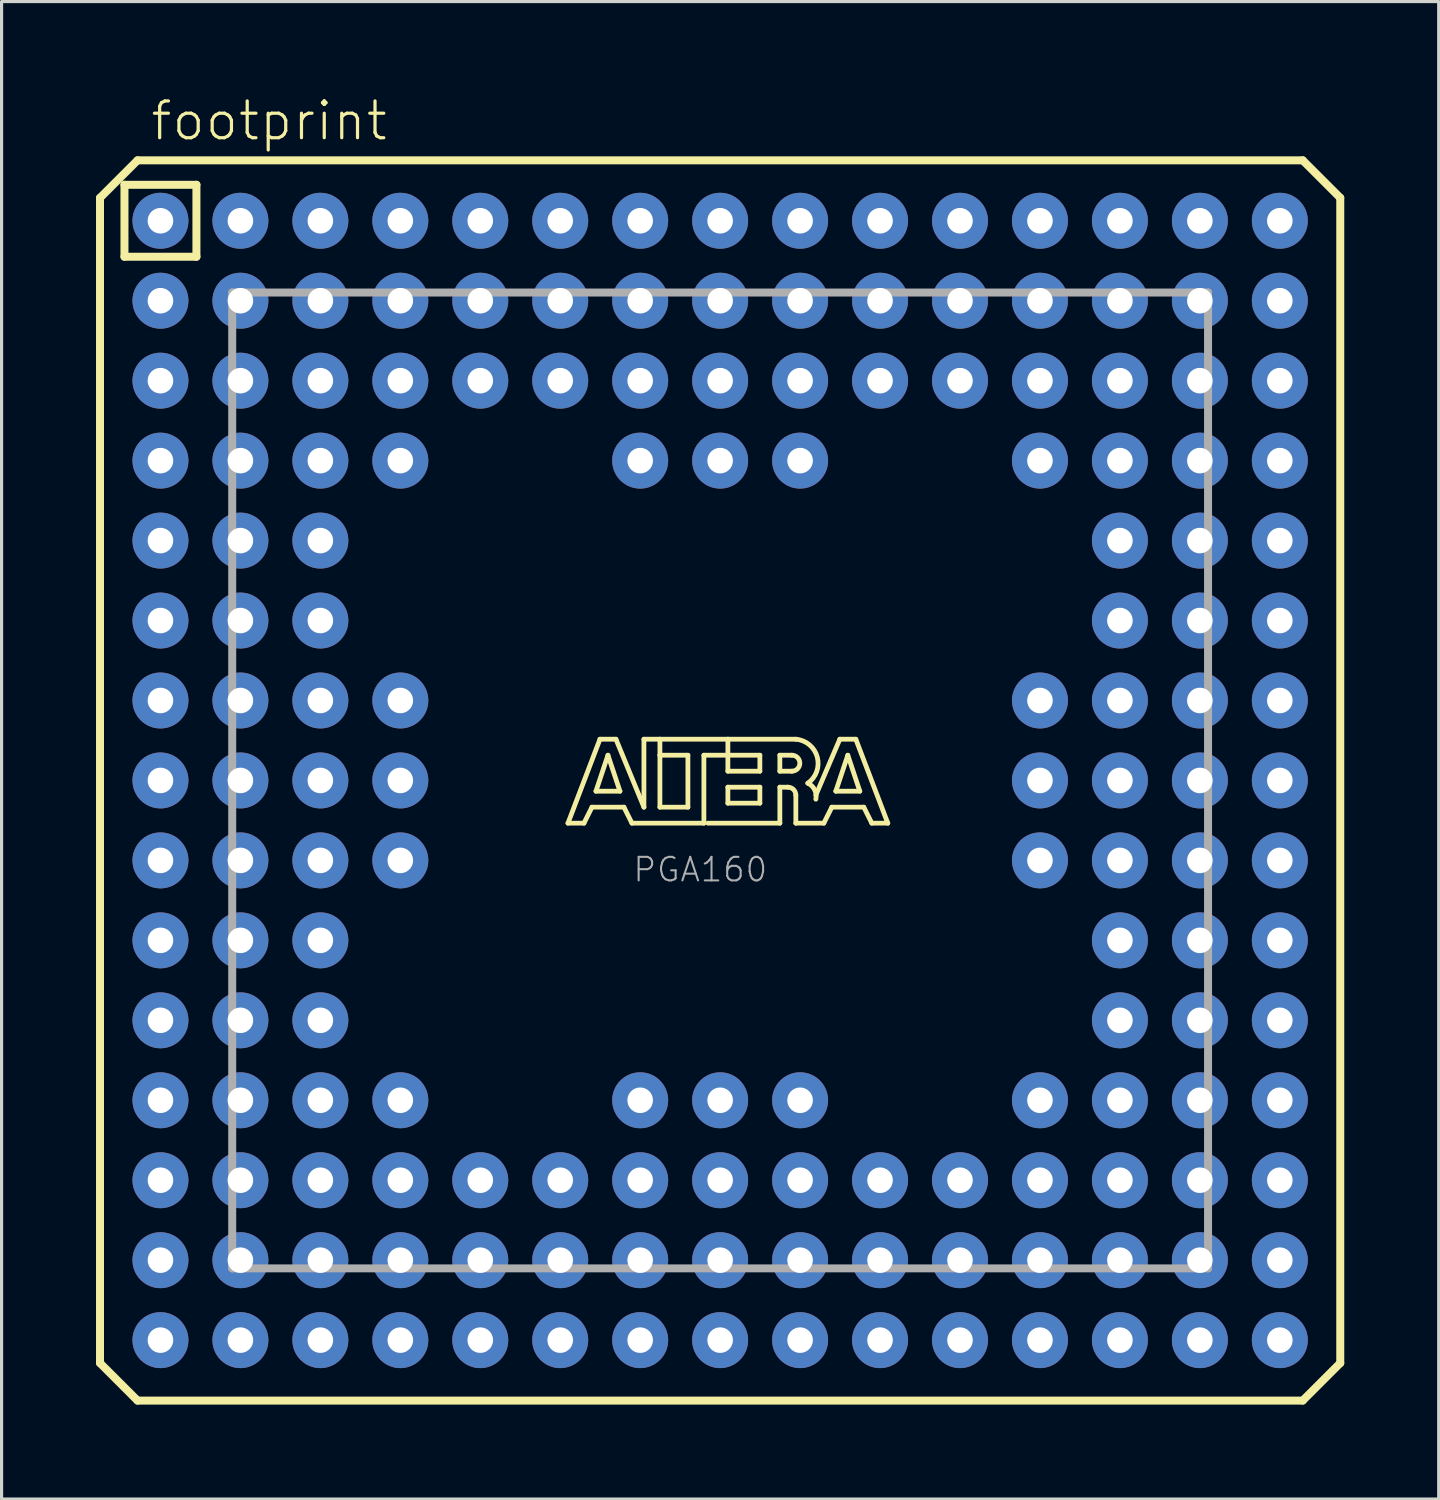
<source format=kicad_pcb>
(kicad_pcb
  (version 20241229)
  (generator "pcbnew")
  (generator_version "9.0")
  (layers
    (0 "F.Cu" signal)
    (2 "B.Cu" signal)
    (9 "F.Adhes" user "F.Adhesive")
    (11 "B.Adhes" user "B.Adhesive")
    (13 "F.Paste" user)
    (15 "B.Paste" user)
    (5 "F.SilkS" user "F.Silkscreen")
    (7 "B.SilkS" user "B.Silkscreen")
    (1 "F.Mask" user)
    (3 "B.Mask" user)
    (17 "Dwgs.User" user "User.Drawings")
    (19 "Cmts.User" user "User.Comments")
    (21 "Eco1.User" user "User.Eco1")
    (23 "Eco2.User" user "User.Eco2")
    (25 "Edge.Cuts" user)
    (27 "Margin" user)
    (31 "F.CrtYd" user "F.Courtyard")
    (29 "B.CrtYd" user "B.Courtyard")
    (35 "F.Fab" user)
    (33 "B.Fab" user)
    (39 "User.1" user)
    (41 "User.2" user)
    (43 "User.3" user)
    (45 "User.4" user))
  (footprint "footprint"
    (layer "F.Cu")
    (at 19.827 21.743)
    (property "Reference" "footprint" (at -18.15 -20.27 0) (layer "F.SilkS") (effects (font (size 1.168 1.168) (thickness 0.102)) (justify left bottom)))
    (fp_line (start -19.7 -18.508) (end -18.508 -19.7) (stroke (width 0.254) (type solid)) (layer "F.SilkS"))
    (fp_line (start -19.7 18.508) (end -19.7 -18.508) (stroke (width 0.254) (type solid)) (layer "F.SilkS"))
    (fp_line (start -18.923 -18.923) (end -16.637 -18.923) (stroke (width 0.254) (type solid)) (layer "F.SilkS"))
    (fp_line (start -18.923 -16.637) (end -18.923 -18.923) (stroke (width 0.254) (type solid)) (layer "F.SilkS"))
    (fp_line (start -18.508 -19.7) (end 18.508 -19.7) (stroke (width 0.254) (type solid)) (layer "F.SilkS"))
    (fp_line (start -18.508 19.7) (end -19.7 18.508) (stroke (width 0.254) (type solid)) (layer "F.SilkS"))
    (fp_line (start -16.637 -18.923) (end -16.637 -16.637) (stroke (width 0.254) (type solid)) (layer "F.SilkS"))
    (fp_line (start -16.637 -16.637) (end -18.923 -16.637) (stroke (width 0.254) (type solid)) (layer "F.SilkS"))
    (fp_line (start -4.834 1.357) (end -3.818 -1.31) (stroke (width 0.152) (type solid)) (layer "F.SilkS"))
    (fp_line (start -4.326 1.357) (end -4.834 1.357) (stroke (width 0.152) (type solid)) (layer "F.SilkS"))
    (fp_line (start -4.072 0.849) (end -4.326 1.357) (stroke (width 0.152) (type solid)) (layer "F.SilkS"))
    (fp_line (start -3.945 0.341) (end -3.183 0.341) (stroke (width 0.152) (type solid)) (layer "F.SilkS"))
    (fp_line (start -3.818 -1.31) (end -3.31 -1.31) (stroke (width 0.152) (type solid)) (layer "F.SilkS"))
    (fp_line (start -3.564 -0.802) (end -3.945 0.341) (stroke (width 0.152) (type solid)) (layer "F.SilkS"))
    (fp_line (start -3.31 -1.31) (end -2.421 0.849) (stroke (width 0.152) (type solid)) (layer "F.SilkS"))
    (fp_line (start -3.183 0.341) (end -3.564 -0.802) (stroke (width 0.152) (type solid)) (layer "F.SilkS"))
    (fp_line (start -3.056 0.849) (end -4.072 0.849) (stroke (width 0.152) (type solid)) (layer "F.SilkS"))
    (fp_line (start -2.802 1.357) (end -3.056 0.849) (stroke (width 0.152) (type solid)) (layer "F.SilkS"))
    (fp_line (start -2.421 -1.31) (end -1.913 -1.31) (stroke (width 0.152) (type solid)) (layer "F.SilkS"))
    (fp_line (start -2.421 0.849) (end -2.421 -1.31) (stroke (width 0.152) (type solid)) (layer "F.SilkS"))
    (fp_line (start -1.913 -1.31) (end -1.913 -0.802) (stroke (width 0.152) (type solid)) (layer "F.SilkS"))
    (fp_line (start -1.913 -1.31) (end 0.246 -1.31) (stroke (width 0.152) (type solid)) (layer "F.SilkS"))
    (fp_line (start -1.913 -0.802) (end -1.913 0.849) (stroke (width 0.152) (type solid)) (layer "F.SilkS"))
    (fp_line (start -1.913 0.849) (end -1.024 0.849) (stroke (width 0.152) (type solid)) (layer "F.SilkS"))
    (fp_line (start -1.024 -0.802) (end -1.913 -0.802) (stroke (width 0.152) (type solid)) (layer "F.SilkS"))
    (fp_line (start -1.024 0.849) (end -1.024 -0.802) (stroke (width 0.152) (type solid)) (layer "F.SilkS"))
    (fp_line (start -0.516 -0.802) (end -0.516 1.357) (stroke (width 0.152) (type solid)) (layer "F.SilkS"))
    (fp_line (start -0.516 1.357) (end -2.802 1.357) (stroke (width 0.152) (type solid)) (layer "F.SilkS"))
    (fp_line (start 0.246 -1.31) (end 0.246 -0.802) (stroke (width 0.152) (type solid)) (layer "F.SilkS"))
    (fp_line (start 0.246 -1.31) (end 2.405 -1.31) (stroke (width 0.152) (type solid)) (layer "F.SilkS"))
    (fp_line (start 0.246 -0.802) (end -0.516 -0.802) (stroke (width 0.152) (type solid)) (layer "F.SilkS"))
    (fp_line (start 0.246 -0.802) (end 0.246 -0.294) (stroke (width 0.152) (type solid)) (layer "F.SilkS"))
    (fp_line (start 0.246 -0.294) (end 1.262 -0.294) (stroke (width 0.152) (type solid)) (layer "F.SilkS"))
    (fp_line (start 0.246 0.214) (end 1.262 0.214) (stroke (width 0.152) (type solid)) (layer "F.SilkS"))
    (fp_line (start 0.246 0.722) (end 0.246 0.214) (stroke (width 0.152) (type solid)) (layer "F.SilkS"))
    (fp_line (start 1.262 -0.802) (end 0.246 -0.802) (stroke (width 0.152) (type solid)) (layer "F.SilkS"))
    (fp_line (start 1.262 -0.294) (end 1.262 -0.802) (stroke (width 0.152) (type solid)) (layer "F.SilkS"))
    (fp_line (start 1.262 0.214) (end 1.262 0.722) (stroke (width 0.152) (type solid)) (layer "F.SilkS"))
    (fp_line (start 1.262 0.722) (end 0.246 0.722) (stroke (width 0.152) (type solid)) (layer "F.SilkS"))
    (fp_line (start 1.897 -0.802) (end 1.897 -0.294) (stroke (width 0.152) (type solid)) (layer "F.SilkS"))
    (fp_line (start 1.897 -0.294) (end 2.278 -0.294) (stroke (width 0.152) (type solid)) (layer "F.SilkS"))
    (fp_line (start 1.897 0.214) (end 1.897 1.357) (stroke (width 0.152) (type solid)) (layer "F.SilkS"))
    (fp_line (start 1.897 0.214) (end 2.151 0.214) (stroke (width 0.152) (type solid)) (layer "F.SilkS"))
    (fp_line (start 1.897 1.357) (end -0.389 1.357) (stroke (width 0.152) (type solid)) (layer "F.SilkS"))
    (fp_line (start 2.278 -0.802) (end 1.897 -0.802) (stroke (width 0.152) (type solid)) (layer "F.SilkS"))
    (fp_line (start 2.405 0.468) (end 2.405 1.357) (stroke (width 0.152) (type solid)) (layer "F.SilkS"))
    (fp_line (start 2.405 1.357) (end 3.294 1.357) (stroke (width 0.152) (type solid)) (layer "F.SilkS"))
    (fp_line (start 3.294 1.357) (end 3.548 0.849) (stroke (width 0.152) (type solid)) (layer "F.SilkS"))
    (fp_line (start 3.548 0.849) (end 4.564 0.849) (stroke (width 0.152) (type solid)) (layer "F.SilkS"))
    (fp_line (start 3.675 0.341) (end 4.056 -0.802) (stroke (width 0.152) (type solid)) (layer "F.SilkS"))
    (fp_line (start 3.802 -1.31) (end 3.04 0.468) (stroke (width 0.152) (type solid)) (layer "F.SilkS"))
    (fp_line (start 4.056 -0.802) (end 4.437 0.341) (stroke (width 0.152) (type solid)) (layer "F.SilkS"))
    (fp_line (start 4.31 -1.31) (end 3.802 -1.31) (stroke (width 0.152) (type solid)) (layer "F.SilkS"))
    (fp_line (start 4.437 0.341) (end 3.675 0.341) (stroke (width 0.152) (type solid)) (layer "F.SilkS"))
    (fp_line (start 4.564 0.849) (end 4.818 1.357) (stroke (width 0.152) (type solid)) (layer "F.SilkS"))
    (fp_line (start 4.818 1.357) (end 5.326 1.357) (stroke (width 0.152) (type solid)) (layer "F.SilkS"))
    (fp_line (start 5.326 1.357) (end 4.31 -1.31) (stroke (width 0.152) (type solid)) (layer "F.SilkS"))
    (fp_line (start 18.508 -19.7) (end 19.7 -18.508) (stroke (width 0.254) (type solid)) (layer "F.SilkS"))
    (fp_line (start 18.508 19.7) (end -18.508 19.7) (stroke (width 0.254) (type solid)) (layer "F.SilkS"))
    (fp_line (start 19.7 -18.508) (end 19.7 18.508) (stroke (width 0.254) (type solid)) (layer "F.SilkS"))
    (fp_line (start 19.7 18.508) (end 18.508 19.7) (stroke (width 0.254) (type solid)) (layer "F.SilkS"))
    (fp_arc (start 2.151 0.214) (mid 2.330605 0.288395) (end 2.405 0.468) (stroke (width 0.1524) (type solid)) (layer "F.SilkS"))
    (fp_arc (start 2.278 -0.802) (mid 2.532 -0.548) (end 2.278 -0.294) (stroke (width 0.1524) (type solid)) (layer "F.SilkS"))
    (fp_arc (start 2.405 -1.31) (mid 3.084953 -0.744769) (end 2.786098 0.087401) (stroke (width 0.1524) (type solid)) (layer "F.SilkS"))
    (fp_arc (start 2.7861 0.0871) (mid 3.002081 0.296587) (end 3.039799 0.5951) (stroke (width 0.1524) (type solid)) (layer "F.SilkS"))
    (fp_line (start -15.5 -15.5) (end -15.5 15.5) (stroke (width 0.254) (type solid)) (layer "F.Fab"))
    (fp_line (start -15.5 15.5) (end 15.5 15.5) (stroke (width 0.254) (type solid)) (layer "F.Fab"))
    (fp_line (start 15.5 -15.5) (end -15.5 -15.5) (stroke (width 0.254) (type solid)) (layer "F.Fab"))
    (fp_line (start 15.5 15.5) (end 15.5 -15.5) (stroke (width 0.254) (type solid)) (layer "F.Fab"))
    (fp_text user "PGA160" (at -2.81 3.27 0) (layer "F.Fab") (effects (font (size 0.748 0.748) (thickness 0.065)) (justify left bottom)))
    (pad "A1" thru_hole circle (at -17.78 -17.78) (size 1.778 1.778) (drill 0.813) (layers "*.Cu" "*.Mask"))
    (pad "A2" thru_hole circle (at -15.24 -17.78) (size 1.778 1.778) (drill 0.813) (layers "*.Cu" "*.Mask"))
    (pad "A3" thru_hole circle (at -12.7 -17.78) (size 1.778 1.778) (drill 0.813) (layers "*.Cu" "*.Mask"))
    (pad "A4" thru_hole circle (at -10.16 -17.78) (size 1.778 1.778) (drill 0.813) (layers "*.Cu" "*.Mask"))
    (pad "A5" thru_hole circle (at -7.62 -17.78) (size 1.778 1.778) (drill 0.813) (layers "*.Cu" "*.Mask"))
    (pad "A6" thru_hole circle (at -5.08 -17.78) (size 1.778 1.778) (drill 0.813) (layers "*.Cu" "*.Mask"))
    (pad "A7" thru_hole circle (at -2.54 -17.78) (size 1.778 1.778) (drill 0.813) (layers "*.Cu" "*.Mask"))
    (pad "A8" thru_hole circle (at 0 -17.78) (size 1.778 1.778) (drill 0.813) (layers "*.Cu" "*.Mask"))
    (pad "A9" thru_hole circle (at 2.54 -17.78) (size 1.778 1.778) (drill 0.813) (layers "*.Cu" "*.Mask"))
    (pad "A10" thru_hole circle (at 5.08 -17.78) (size 1.778 1.778) (drill 0.813) (layers "*.Cu" "*.Mask"))
    (pad "A11" thru_hole circle (at 7.62 -17.78) (size 1.778 1.778) (drill 0.813) (layers "*.Cu" "*.Mask"))
    (pad "A12" thru_hole circle (at 10.16 -17.78) (size 1.778 1.778) (drill 0.813) (layers "*.Cu" "*.Mask"))
    (pad "A13" thru_hole circle (at 12.7 -17.78) (size 1.778 1.778) (drill 0.813) (layers "*.Cu" "*.Mask"))
    (pad "A14" thru_hole circle (at 15.24 -17.78) (size 1.778 1.778) (drill 0.813) (layers "*.Cu" "*.Mask"))
    (pad "A15" thru_hole circle (at 17.78 -17.78) (size 1.778 1.778) (drill 0.813) (layers "*.Cu" "*.Mask"))
    (pad "B1" thru_hole circle (at -17.78 -15.24) (size 1.778 1.778) (drill 0.813) (layers "*.Cu" "*.Mask"))
    (pad "B2" thru_hole circle (at -15.24 -15.24) (size 1.778 1.778) (drill 0.813) (layers "*.Cu" "*.Mask"))
    (pad "B3" thru_hole circle (at -12.7 -15.24) (size 1.778 1.778) (drill 0.813) (layers "*.Cu" "*.Mask"))
    (pad "B4" thru_hole circle (at -10.16 -15.24) (size 1.778 1.778) (drill 0.813) (layers "*.Cu" "*.Mask"))
    (pad "B5" thru_hole circle (at -7.62 -15.24) (size 1.778 1.778) (drill 0.813) (layers "*.Cu" "*.Mask"))
    (pad "B6" thru_hole circle (at -5.08 -15.24) (size 1.778 1.778) (drill 0.813) (layers "*.Cu" "*.Mask"))
    (pad "B7" thru_hole circle (at -2.54 -15.24) (size 1.778 1.778) (drill 0.813) (layers "*.Cu" "*.Mask"))
    (pad "B8" thru_hole circle (at 0 -15.24) (size 1.778 1.778) (drill 0.813) (layers "*.Cu" "*.Mask"))
    (pad "B9" thru_hole circle (at 2.54 -15.24) (size 1.778 1.778) (drill 0.813) (layers "*.Cu" "*.Mask"))
    (pad "B10" thru_hole circle (at 5.08 -15.24) (size 1.778 1.778) (drill 0.813) (layers "*.Cu" "*.Mask"))
    (pad "B11" thru_hole circle (at 7.62 -15.24) (size 1.778 1.778) (drill 0.813) (layers "*.Cu" "*.Mask"))
    (pad "B12" thru_hole circle (at 10.16 -15.24) (size 1.778 1.778) (drill 0.813) (layers "*.Cu" "*.Mask"))
    (pad "B13" thru_hole circle (at 12.7 -15.24) (size 1.778 1.778) (drill 0.813) (layers "*.Cu" "*.Mask"))
    (pad "B14" thru_hole circle (at 15.24 -15.24) (size 1.778 1.778) (drill 0.813) (layers "*.Cu" "*.Mask"))
    (pad "B15" thru_hole circle (at 17.78 -15.24) (size 1.778 1.778) (drill 0.813) (layers "*.Cu" "*.Mask"))
    (pad "C1" thru_hole circle (at -17.78 -12.7) (size 1.778 1.778) (drill 0.813) (layers "*.Cu" "*.Mask"))
    (pad "C2" thru_hole circle (at -15.24 -12.7) (size 1.778 1.778) (drill 0.813) (layers "*.Cu" "*.Mask"))
    (pad "C3" thru_hole circle (at -12.7 -12.7) (size 1.778 1.778) (drill 0.813) (layers "*.Cu" "*.Mask"))
    (pad "C4" thru_hole circle (at -10.16 -12.7) (size 1.778 1.778) (drill 0.813) (layers "*.Cu" "*.Mask"))
    (pad "C5" thru_hole circle (at -7.62 -12.7) (size 1.778 1.778) (drill 0.813) (layers "*.Cu" "*.Mask"))
    (pad "C6" thru_hole circle (at -5.08 -12.7) (size 1.778 1.778) (drill 0.813) (layers "*.Cu" "*.Mask"))
    (pad "C7" thru_hole circle (at -2.54 -12.7) (size 1.778 1.778) (drill 0.813) (layers "*.Cu" "*.Mask"))
    (pad "C8" thru_hole circle (at 0 -12.7) (size 1.778 1.778) (drill 0.813) (layers "*.Cu" "*.Mask"))
    (pad "C9" thru_hole circle (at 2.54 -12.7) (size 1.778 1.778) (drill 0.813) (layers "*.Cu" "*.Mask"))
    (pad "C10" thru_hole circle (at 5.08 -12.7) (size 1.778 1.778) (drill 0.813) (layers "*.Cu" "*.Mask"))
    (pad "C11" thru_hole circle (at 7.62 -12.7) (size 1.778 1.778) (drill 0.813) (layers "*.Cu" "*.Mask"))
    (pad "C12" thru_hole circle (at 10.16 -12.7) (size 1.778 1.778) (drill 0.813) (layers "*.Cu" "*.Mask"))
    (pad "C13" thru_hole circle (at 12.7 -12.7) (size 1.778 1.778) (drill 0.813) (layers "*.Cu" "*.Mask"))
    (pad "C14" thru_hole circle (at 15.24 -12.7) (size 1.778 1.778) (drill 0.813) (layers "*.Cu" "*.Mask"))
    (pad "C15" thru_hole circle (at 17.78 -12.7) (size 1.778 1.778) (drill 0.813) (layers "*.Cu" "*.Mask"))
    (pad "D1" thru_hole circle (at -17.78 -10.16) (size 1.778 1.778) (drill 0.813) (layers "*.Cu" "*.Mask"))
    (pad "D2" thru_hole circle (at -15.24 -10.16) (size 1.778 1.778) (drill 0.813) (layers "*.Cu" "*.Mask"))
    (pad "D3" thru_hole circle (at -12.7 -10.16) (size 1.778 1.778) (drill 0.813) (layers "*.Cu" "*.Mask"))
    (pad "D4" thru_hole circle (at -10.16 -10.16) (size 1.778 1.778) (drill 0.813) (layers "*.Cu" "*.Mask"))
    (pad "D7" thru_hole circle (at -2.54 -10.16) (size 1.778 1.778) (drill 0.813) (layers "*.Cu" "*.Mask"))
    (pad "D8" thru_hole circle (at 0 -10.16) (size 1.778 1.778) (drill 0.813) (layers "*.Cu" "*.Mask"))
    (pad "D9" thru_hole circle (at 2.54 -10.16) (size 1.778 1.778) (drill 0.813) (layers "*.Cu" "*.Mask"))
    (pad "D12" thru_hole circle (at 10.16 -10.16) (size 1.778 1.778) (drill 0.813) (layers "*.Cu" "*.Mask"))
    (pad "D13" thru_hole circle (at 12.7 -10.16) (size 1.778 1.778) (drill 0.813) (layers "*.Cu" "*.Mask"))
    (pad "D14" thru_hole circle (at 15.24 -10.16) (size 1.778 1.778) (drill 0.813) (layers "*.Cu" "*.Mask"))
    (pad "D15" thru_hole circle (at 17.78 -10.16) (size 1.778 1.778) (drill 0.813) (layers "*.Cu" "*.Mask"))
    (pad "E1" thru_hole circle (at -17.78 -7.62) (size 1.778 1.778) (drill 0.813) (layers "*.Cu" "*.Mask"))
    (pad "E2" thru_hole circle (at -15.24 -7.62) (size 1.778 1.778) (drill 0.813) (layers "*.Cu" "*.Mask"))
    (pad "E3" thru_hole circle (at -12.7 -7.62) (size 1.778 1.778) (drill 0.813) (layers "*.Cu" "*.Mask"))
    (pad "E13" thru_hole circle (at 12.7 -7.62) (size 1.778 1.778) (drill 0.813) (layers "*.Cu" "*.Mask"))
    (pad "E14" thru_hole circle (at 15.24 -7.62) (size 1.778 1.778) (drill 0.813) (layers "*.Cu" "*.Mask"))
    (pad "E15" thru_hole circle (at 17.78 -7.62) (size 1.778 1.778) (drill 0.813) (layers "*.Cu" "*.Mask"))
    (pad "F1" thru_hole circle (at -17.78 -5.08) (size 1.778 1.778) (drill 0.813) (layers "*.Cu" "*.Mask"))
    (pad "F2" thru_hole circle (at -15.24 -5.08) (size 1.778 1.778) (drill 0.813) (layers "*.Cu" "*.Mask"))
    (pad "F3" thru_hole circle (at -12.7 -5.08) (size 1.778 1.778) (drill 0.813) (layers "*.Cu" "*.Mask"))
    (pad "F13" thru_hole circle (at 12.7 -5.08) (size 1.778 1.778) (drill 0.813) (layers "*.Cu" "*.Mask"))
    (pad "F14" thru_hole circle (at 15.24 -5.08) (size 1.778 1.778) (drill 0.813) (layers "*.Cu" "*.Mask"))
    (pad "F15" thru_hole circle (at 17.78 -5.08) (size 1.778 1.778) (drill 0.813) (layers "*.Cu" "*.Mask"))
    (pad "G1" thru_hole circle (at -17.78 -2.54) (size 1.778 1.778) (drill 0.813) (layers "*.Cu" "*.Mask"))
    (pad "G2" thru_hole circle (at -15.24 -2.54) (size 1.778 1.778) (drill 0.813) (layers "*.Cu" "*.Mask"))
    (pad "G3" thru_hole circle (at -12.7 -2.54) (size 1.778 1.778) (drill 0.813) (layers "*.Cu" "*.Mask"))
    (pad "G4" thru_hole circle (at -10.16 -2.54) (size 1.778 1.778) (drill 0.813) (layers "*.Cu" "*.Mask"))
    (pad "G12" thru_hole circle (at 10.16 -2.54) (size 1.778 1.778) (drill 0.813) (layers "*.Cu" "*.Mask"))
    (pad "G13" thru_hole circle (at 12.7 -2.54) (size 1.778 1.778) (drill 0.813) (layers "*.Cu" "*.Mask"))
    (pad "G14" thru_hole circle (at 15.24 -2.54) (size 1.778 1.778) (drill 0.813) (layers "*.Cu" "*.Mask"))
    (pad "G15" thru_hole circle (at 17.78 -2.54) (size 1.778 1.778) (drill 0.813) (layers "*.Cu" "*.Mask"))
    (pad "H1" thru_hole circle (at -17.78 0) (size 1.778 1.778) (drill 0.813) (layers "*.Cu" "*.Mask"))
    (pad "H2" thru_hole circle (at -15.24 0) (size 1.778 1.778) (drill 0.813) (layers "*.Cu" "*.Mask"))
    (pad "H3" thru_hole circle (at -12.7 0) (size 1.778 1.778) (drill 0.813) (layers "*.Cu" "*.Mask"))
    (pad "H4" thru_hole circle (at -10.16 0) (size 1.778 1.778) (drill 0.813) (layers "*.Cu" "*.Mask"))
    (pad "H12" thru_hole circle (at 10.16 0) (size 1.778 1.778) (drill 0.813) (layers "*.Cu" "*.Mask"))
    (pad "H13" thru_hole circle (at 12.7 0) (size 1.778 1.778) (drill 0.813) (layers "*.Cu" "*.Mask"))
    (pad "H14" thru_hole circle (at 15.24 0) (size 1.778 1.778) (drill 0.813) (layers "*.Cu" "*.Mask"))
    (pad "H15" thru_hole circle (at 17.78 0) (size 1.778 1.778) (drill 0.813) (layers "*.Cu" "*.Mask"))
    (pad "J1" thru_hole circle (at -17.78 2.54) (size 1.778 1.778) (drill 0.813) (layers "*.Cu" "*.Mask"))
    (pad "J2" thru_hole circle (at -15.24 2.54) (size 1.778 1.778) (drill 0.813) (layers "*.Cu" "*.Mask"))
    (pad "J3" thru_hole circle (at -12.7 2.54) (size 1.778 1.778) (drill 0.813) (layers "*.Cu" "*.Mask"))
    (pad "J4" thru_hole circle (at -10.16 2.54) (size 1.778 1.778) (drill 0.813) (layers "*.Cu" "*.Mask"))
    (pad "J12" thru_hole circle (at 10.16 2.54) (size 1.778 1.778) (drill 0.813) (layers "*.Cu" "*.Mask"))
    (pad "J13" thru_hole circle (at 12.7 2.54) (size 1.778 1.778) (drill 0.813) (layers "*.Cu" "*.Mask"))
    (pad "J14" thru_hole circle (at 15.24 2.54) (size 1.778 1.778) (drill 0.813) (layers "*.Cu" "*.Mask"))
    (pad "J15" thru_hole circle (at 17.78 2.54) (size 1.778 1.778) (drill 0.813) (layers "*.Cu" "*.Mask"))
    (pad "K1" thru_hole circle (at -17.78 5.08) (size 1.778 1.778) (drill 0.813) (layers "*.Cu" "*.Mask"))
    (pad "K2" thru_hole circle (at -15.24 5.08) (size 1.778 1.778) (drill 0.813) (layers "*.Cu" "*.Mask"))
    (pad "K3" thru_hole circle (at -12.7 5.08) (size 1.778 1.778) (drill 0.813) (layers "*.Cu" "*.Mask"))
    (pad "K13" thru_hole circle (at 12.7 5.08) (size 1.778 1.778) (drill 0.813) (layers "*.Cu" "*.Mask"))
    (pad "K14" thru_hole circle (at 15.24 5.08) (size 1.778 1.778) (drill 0.813) (layers "*.Cu" "*.Mask"))
    (pad "K15" thru_hole circle (at 17.78 5.08) (size 1.778 1.778) (drill 0.813) (layers "*.Cu" "*.Mask"))
    (pad "L1" thru_hole circle (at -17.78 7.62) (size 1.778 1.778) (drill 0.813) (layers "*.Cu" "*.Mask"))
    (pad "L2" thru_hole circle (at -15.24 7.62) (size 1.778 1.778) (drill 0.813) (layers "*.Cu" "*.Mask"))
    (pad "L3" thru_hole circle (at -12.7 7.62) (size 1.778 1.778) (drill 0.813) (layers "*.Cu" "*.Mask"))
    (pad "L13" thru_hole circle (at 12.7 7.62) (size 1.778 1.778) (drill 0.813) (layers "*.Cu" "*.Mask"))
    (pad "L14" thru_hole circle (at 15.24 7.62) (size 1.778 1.778) (drill 0.813) (layers "*.Cu" "*.Mask"))
    (pad "L15" thru_hole circle (at 17.78 7.62) (size 1.778 1.778) (drill 0.813) (layers "*.Cu" "*.Mask"))
    (pad "M1" thru_hole circle (at -17.78 10.16) (size 1.778 1.778) (drill 0.813) (layers "*.Cu" "*.Mask"))
    (pad "M2" thru_hole circle (at -15.24 10.16) (size 1.778 1.778) (drill 0.813) (layers "*.Cu" "*.Mask"))
    (pad "M3" thru_hole circle (at -12.7 10.16) (size 1.778 1.778) (drill 0.813) (layers "*.Cu" "*.Mask"))
    (pad "M4" thru_hole circle (at -10.16 10.16) (size 1.778 1.778) (drill 0.813) (layers "*.Cu" "*.Mask"))
    (pad "M7" thru_hole circle (at -2.54 10.16) (size 1.778 1.778) (drill 0.813) (layers "*.Cu" "*.Mask"))
    (pad "M8" thru_hole circle (at 0 10.16) (size 1.778 1.778) (drill 0.813) (layers "*.Cu" "*.Mask"))
    (pad "M9" thru_hole circle (at 2.54 10.16) (size 1.778 1.778) (drill 0.813) (layers "*.Cu" "*.Mask"))
    (pad "M12" thru_hole circle (at 10.16 10.16) (size 1.778 1.778) (drill 0.813) (layers "*.Cu" "*.Mask"))
    (pad "M13" thru_hole circle (at 12.7 10.16) (size 1.778 1.778) (drill 0.813) (layers "*.Cu" "*.Mask"))
    (pad "M14" thru_hole circle (at 15.24 10.16) (size 1.778 1.778) (drill 0.813) (layers "*.Cu" "*.Mask"))
    (pad "M15" thru_hole circle (at 17.78 10.16) (size 1.778 1.778) (drill 0.813) (layers "*.Cu" "*.Mask"))
    (pad "N1" thru_hole circle (at -17.78 12.7) (size 1.778 1.778) (drill 0.813) (layers "*.Cu" "*.Mask"))
    (pad "N2" thru_hole circle (at -15.24 12.7) (size 1.778 1.778) (drill 0.813) (layers "*.Cu" "*.Mask"))
    (pad "N3" thru_hole circle (at -12.7 12.7) (size 1.778 1.778) (drill 0.813) (layers "*.Cu" "*.Mask"))
    (pad "N4" thru_hole circle (at -10.16 12.7) (size 1.778 1.778) (drill 0.813) (layers "*.Cu" "*.Mask"))
    (pad "N5" thru_hole circle (at -7.62 12.7) (size 1.778 1.778) (drill 0.813) (layers "*.Cu" "*.Mask"))
    (pad "N6" thru_hole circle (at -5.08 12.7) (size 1.778 1.778) (drill 0.813) (layers "*.Cu" "*.Mask"))
    (pad "N7" thru_hole circle (at -2.54 12.7) (size 1.778 1.778) (drill 0.813) (layers "*.Cu" "*.Mask"))
    (pad "N8" thru_hole circle (at 0 12.7) (size 1.778 1.778) (drill 0.813) (layers "*.Cu" "*.Mask"))
    (pad "N9" thru_hole circle (at 2.54 12.7) (size 1.778 1.778) (drill 0.813) (layers "*.Cu" "*.Mask"))
    (pad "N10" thru_hole circle (at 5.08 12.7) (size 1.778 1.778) (drill 0.813) (layers "*.Cu" "*.Mask"))
    (pad "N11" thru_hole circle (at 7.62 12.7) (size 1.778 1.778) (drill 0.813) (layers "*.Cu" "*.Mask"))
    (pad "N12" thru_hole circle (at 10.16 12.7) (size 1.778 1.778) (drill 0.813) (layers "*.Cu" "*.Mask"))
    (pad "N13" thru_hole circle (at 12.7 12.7) (size 1.778 1.778) (drill 0.813) (layers "*.Cu" "*.Mask"))
    (pad "N14" thru_hole circle (at 15.24 12.7) (size 1.778 1.778) (drill 0.813) (layers "*.Cu" "*.Mask"))
    (pad "N15" thru_hole circle (at 17.78 12.7) (size 1.778 1.778) (drill 0.813) (layers "*.Cu" "*.Mask"))
    (pad "P1" thru_hole circle (at -17.78 15.24) (size 1.778 1.778) (drill 0.813) (layers "*.Cu" "*.Mask"))
    (pad "P2" thru_hole circle (at -15.24 15.24) (size 1.778 1.778) (drill 0.813) (layers "*.Cu" "*.Mask"))
    (pad "P3" thru_hole circle (at -12.7 15.24) (size 1.778 1.778) (drill 0.813) (layers "*.Cu" "*.Mask"))
    (pad "P4" thru_hole circle (at -10.16 15.24) (size 1.778 1.778) (drill 0.813) (layers "*.Cu" "*.Mask"))
    (pad "P5" thru_hole circle (at -7.62 15.24) (size 1.778 1.778) (drill 0.813) (layers "*.Cu" "*.Mask"))
    (pad "P6" thru_hole circle (at -5.08 15.24) (size 1.778 1.778) (drill 0.813) (layers "*.Cu" "*.Mask"))
    (pad "P7" thru_hole circle (at -2.54 15.24) (size 1.778 1.778) (drill 0.813) (layers "*.Cu" "*.Mask"))
    (pad "P8" thru_hole circle (at 0 15.24) (size 1.778 1.778) (drill 0.813) (layers "*.Cu" "*.Mask"))
    (pad "P9" thru_hole circle (at 2.54 15.24) (size 1.778 1.778) (drill 0.813) (layers "*.Cu" "*.Mask"))
    (pad "P10" thru_hole circle (at 5.08 15.24) (size 1.778 1.778) (drill 0.813) (layers "*.Cu" "*.Mask"))
    (pad "P11" thru_hole circle (at 7.62 15.24) (size 1.778 1.778) (drill 0.813) (layers "*.Cu" "*.Mask"))
    (pad "P12" thru_hole circle (at 10.16 15.24) (size 1.778 1.778) (drill 0.813) (layers "*.Cu" "*.Mask"))
    (pad "P13" thru_hole circle (at 12.7 15.24) (size 1.778 1.778) (drill 0.813) (layers "*.Cu" "*.Mask"))
    (pad "P14" thru_hole circle (at 15.24 15.24) (size 1.778 1.778) (drill 0.813) (layers "*.Cu" "*.Mask"))
    (pad "P15" thru_hole circle (at 17.78 15.24) (size 1.778 1.778) (drill 0.813) (layers "*.Cu" "*.Mask"))
    (pad "R1" thru_hole circle (at -17.78 17.78) (size 1.778 1.778) (drill 0.813) (layers "*.Cu" "*.Mask"))
    (pad "R2" thru_hole circle (at -15.24 17.78) (size 1.778 1.778) (drill 0.813) (layers "*.Cu" "*.Mask"))
    (pad "R3" thru_hole circle (at -12.7 17.78) (size 1.778 1.778) (drill 0.813) (layers "*.Cu" "*.Mask"))
    (pad "R4" thru_hole circle (at -10.16 17.78) (size 1.778 1.778) (drill 0.813) (layers "*.Cu" "*.Mask"))
    (pad "R5" thru_hole circle (at -7.62 17.78) (size 1.778 1.778) (drill 0.813) (layers "*.Cu" "*.Mask"))
    (pad "R6" thru_hole circle (at -5.08 17.78) (size 1.778 1.778) (drill 0.813) (layers "*.Cu" "*.Mask"))
    (pad "R7" thru_hole circle (at -2.54 17.78) (size 1.778 1.778) (drill 0.813) (layers "*.Cu" "*.Mask"))
    (pad "R8" thru_hole circle (at 0 17.78) (size 1.778 1.778) (drill 0.813) (layers "*.Cu" "*.Mask"))
    (pad "R9" thru_hole circle (at 2.54 17.78) (size 1.778 1.778) (drill 0.813) (layers "*.Cu" "*.Mask"))
    (pad "R10" thru_hole circle (at 5.08 17.78) (size 1.778 1.778) (drill 0.813) (layers "*.Cu" "*.Mask"))
    (pad "R11" thru_hole circle (at 7.62 17.78) (size 1.778 1.778) (drill 0.813) (layers "*.Cu" "*.Mask"))
    (pad "R12" thru_hole circle (at 10.16 17.78) (size 1.778 1.778) (drill 0.813) (layers "*.Cu" "*.Mask"))
    (pad "R13" thru_hole circle (at 12.7 17.78) (size 1.778 1.778) (drill 0.813) (layers "*.Cu" "*.Mask"))
    (pad "R14" thru_hole circle (at 15.24 17.78) (size 1.778 1.778) (drill 0.813) (layers "*.Cu" "*.Mask"))
    (pad "R15" thru_hole circle (at 17.78 17.78) (size 1.778 1.778) (drill 0.813) (layers "*.Cu" "*.Mask")))
  (gr_rect
    (start -3 -3)
    (end 42.654 44.57)
    (stroke (width 0.1) (type default))
    (fill no)
    (layer "Edge.Cuts")))
</source>
